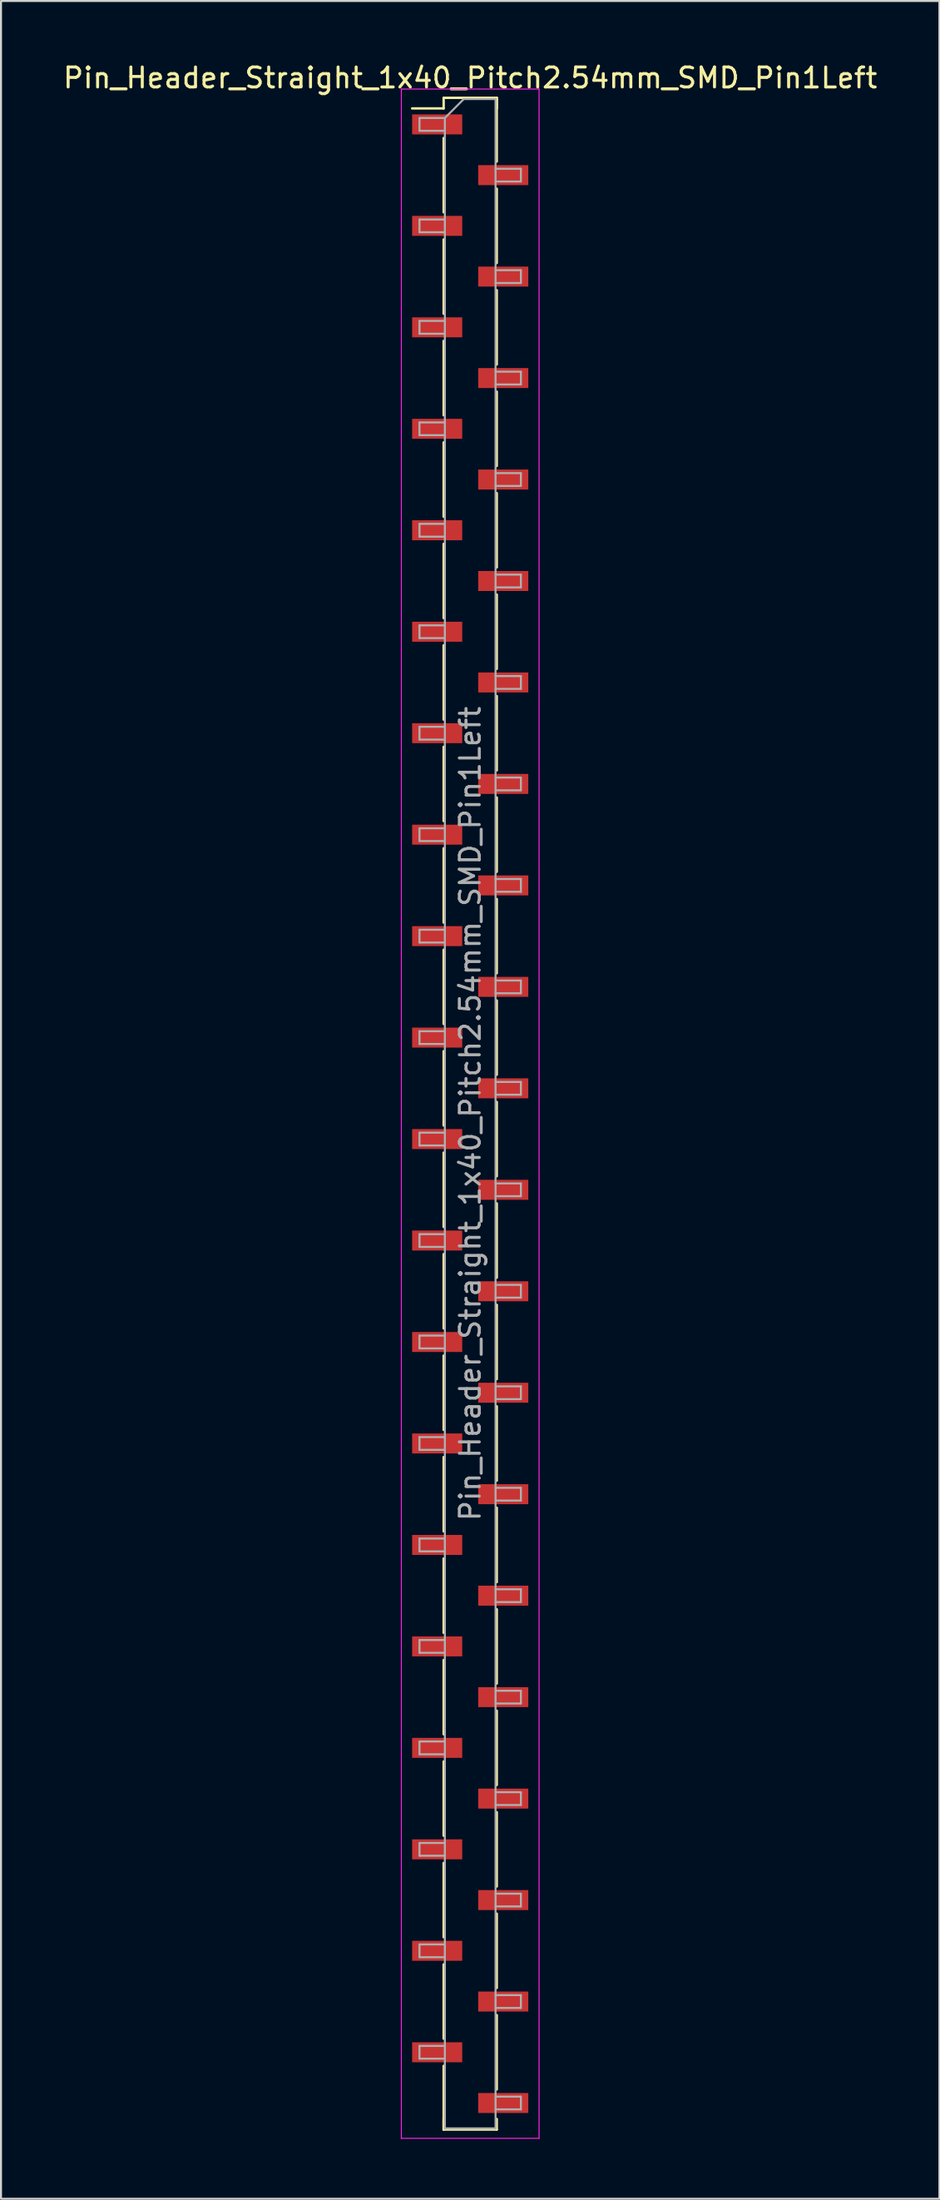
<source format=kicad_pcb>
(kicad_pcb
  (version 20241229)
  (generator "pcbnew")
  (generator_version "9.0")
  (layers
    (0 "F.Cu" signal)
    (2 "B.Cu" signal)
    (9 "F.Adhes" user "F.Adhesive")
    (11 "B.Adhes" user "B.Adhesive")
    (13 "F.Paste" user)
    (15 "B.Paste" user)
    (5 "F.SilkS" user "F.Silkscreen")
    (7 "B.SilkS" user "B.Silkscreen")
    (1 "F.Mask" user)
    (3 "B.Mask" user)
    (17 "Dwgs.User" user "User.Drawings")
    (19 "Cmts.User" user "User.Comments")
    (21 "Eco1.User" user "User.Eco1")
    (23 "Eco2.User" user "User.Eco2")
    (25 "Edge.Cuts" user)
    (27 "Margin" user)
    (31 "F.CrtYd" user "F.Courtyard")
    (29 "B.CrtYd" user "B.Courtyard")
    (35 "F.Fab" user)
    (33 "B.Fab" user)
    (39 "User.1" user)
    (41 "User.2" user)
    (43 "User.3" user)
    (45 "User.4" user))
  (footprint "Pin_Header_Straight_1x40_Pitch2.54mm_SMD_Pin1Left"
    (layer "F.Cu")
    (at 20.506 52.708)
    (property "Reference" "Pin_Header_Straight_1x40_Pitch2.54mm_SMD_Pin1Left" (at 0 -51.86 0) (layer "F.SilkS") (effects (font (size 1 1) (thickness 0.15))))
    (attr smd)
    (fp_line (start -1.33 -50.86) (end 1.33 -50.86) (stroke (width 0.12) (type solid)) (layer "F.SilkS"))
    (fp_line (start -1.33 -50.33) (end -2.91 -50.33) (stroke (width 0.12) (type solid)) (layer "F.SilkS"))
    (fp_line (start -1.33 -50.33) (end -1.33 -50.86) (stroke (width 0.12) (type solid)) (layer "F.SilkS"))
    (fp_line (start -1.33 -48.85) (end -1.33 -45.13) (stroke (width 0.12) (type solid)) (layer "F.SilkS"))
    (fp_line (start -1.33 -43.77) (end -1.33 -40.05) (stroke (width 0.12) (type solid)) (layer "F.SilkS"))
    (fp_line (start -1.33 -38.69) (end -1.33 -34.97) (stroke (width 0.12) (type solid)) (layer "F.SilkS"))
    (fp_line (start -1.33 -33.61) (end -1.33 -29.89) (stroke (width 0.12) (type solid)) (layer "F.SilkS"))
    (fp_line (start -1.33 -28.53) (end -1.33 -24.81) (stroke (width 0.12) (type solid)) (layer "F.SilkS"))
    (fp_line (start -1.33 -23.45) (end -1.33 -19.73) (stroke (width 0.12) (type solid)) (layer "F.SilkS"))
    (fp_line (start -1.33 -18.37) (end -1.33 -14.65) (stroke (width 0.12) (type solid)) (layer "F.SilkS"))
    (fp_line (start -1.33 -13.29) (end -1.33 -9.57) (stroke (width 0.12) (type solid)) (layer "F.SilkS"))
    (fp_line (start -1.33 -8.21) (end -1.33 -4.49) (stroke (width 0.12) (type solid)) (layer "F.SilkS"))
    (fp_line (start -1.33 -3.13) (end -1.33 0.59) (stroke (width 0.12) (type solid)) (layer "F.SilkS"))
    (fp_line (start -1.33 1.95) (end -1.33 5.67) (stroke (width 0.12) (type solid)) (layer "F.SilkS"))
    (fp_line (start -1.33 7.03) (end -1.33 10.75) (stroke (width 0.12) (type solid)) (layer "F.SilkS"))
    (fp_line (start -1.33 12.11) (end -1.33 15.83) (stroke (width 0.12) (type solid)) (layer "F.SilkS"))
    (fp_line (start -1.33 17.19) (end -1.33 20.91) (stroke (width 0.12) (type solid)) (layer "F.SilkS"))
    (fp_line (start -1.33 22.27) (end -1.33 25.99) (stroke (width 0.12) (type solid)) (layer "F.SilkS"))
    (fp_line (start -1.33 27.35) (end -1.33 31.07) (stroke (width 0.12) (type solid)) (layer "F.SilkS"))
    (fp_line (start -1.33 32.43) (end -1.33 36.15) (stroke (width 0.12) (type solid)) (layer "F.SilkS"))
    (fp_line (start -1.33 37.51) (end -1.33 41.23) (stroke (width 0.12) (type solid)) (layer "F.SilkS"))
    (fp_line (start -1.33 42.59) (end -1.33 46.31) (stroke (width 0.12) (type solid)) (layer "F.SilkS"))
    (fp_line (start -1.33 47.67) (end -1.33 50.86) (stroke (width 0.12) (type solid)) (layer "F.SilkS"))
    (fp_line (start -1.33 50.33) (end -1.33 50.86) (stroke (width 0.12) (type solid)) (layer "F.SilkS"))
    (fp_line (start -1.33 50.86) (end 1.33 50.86) (stroke (width 0.12) (type solid)) (layer "F.SilkS"))
    (fp_line (start 1.33 -50.86) (end 1.33 -50.33) (stroke (width 0.12) (type solid)) (layer "F.SilkS"))
    (fp_line (start 1.33 -50.86) (end 1.33 -47.67) (stroke (width 0.12) (type solid)) (layer "F.SilkS"))
    (fp_line (start 1.33 -46.31) (end 1.33 -42.59) (stroke (width 0.12) (type solid)) (layer "F.SilkS"))
    (fp_line (start 1.33 -41.23) (end 1.33 -37.51) (stroke (width 0.12) (type solid)) (layer "F.SilkS"))
    (fp_line (start 1.33 -36.15) (end 1.33 -32.43) (stroke (width 0.12) (type solid)) (layer "F.SilkS"))
    (fp_line (start 1.33 -31.07) (end 1.33 -27.35) (stroke (width 0.12) (type solid)) (layer "F.SilkS"))
    (fp_line (start 1.33 -25.99) (end 1.33 -22.27) (stroke (width 0.12) (type solid)) (layer "F.SilkS"))
    (fp_line (start 1.33 -20.91) (end 1.33 -17.19) (stroke (width 0.12) (type solid)) (layer "F.SilkS"))
    (fp_line (start 1.33 -15.83) (end 1.33 -12.11) (stroke (width 0.12) (type solid)) (layer "F.SilkS"))
    (fp_line (start 1.33 -10.75) (end 1.33 -7.03) (stroke (width 0.12) (type solid)) (layer "F.SilkS"))
    (fp_line (start 1.33 -5.67) (end 1.33 -1.95) (stroke (width 0.12) (type solid)) (layer "F.SilkS"))
    (fp_line (start 1.33 -0.59) (end 1.33 3.13) (stroke (width 0.12) (type solid)) (layer "F.SilkS"))
    (fp_line (start 1.33 4.49) (end 1.33 8.21) (stroke (width 0.12) (type solid)) (layer "F.SilkS"))
    (fp_line (start 1.33 9.57) (end 1.33 13.29) (stroke (width 0.12) (type solid)) (layer "F.SilkS"))
    (fp_line (start 1.33 14.65) (end 1.33 18.37) (stroke (width 0.12) (type solid)) (layer "F.SilkS"))
    (fp_line (start 1.33 19.73) (end 1.33 23.45) (stroke (width 0.12) (type solid)) (layer "F.SilkS"))
    (fp_line (start 1.33 24.81) (end 1.33 28.53) (stroke (width 0.12) (type solid)) (layer "F.SilkS"))
    (fp_line (start 1.33 29.89) (end 1.33 33.61) (stroke (width 0.12) (type solid)) (layer "F.SilkS"))
    (fp_line (start 1.33 34.97) (end 1.33 38.69) (stroke (width 0.12) (type solid)) (layer "F.SilkS"))
    (fp_line (start 1.33 40.05) (end 1.33 43.77) (stroke (width 0.12) (type solid)) (layer "F.SilkS"))
    (fp_line (start 1.33 45.13) (end 1.33 48.85) (stroke (width 0.12) (type solid)) (layer "F.SilkS"))
    (fp_line (start 1.33 50.86) (end 1.33 50.33) (stroke (width 0.12) (type solid)) (layer "F.SilkS"))
    (fp_line (start -3.45 -51.3) (end -3.45 51.3) (stroke (width 0.05) (type solid)) (layer "F.CrtYd"))
    (fp_line (start -3.45 51.3) (end 3.45 51.3) (stroke (width 0.05) (type solid)) (layer "F.CrtYd"))
    (fp_line (start 3.45 -51.3) (end -3.45 -51.3) (stroke (width 0.05) (type solid)) (layer "F.CrtYd"))
    (fp_line (start 3.45 51.3) (end 3.45 -51.3) (stroke (width 0.05) (type solid)) (layer "F.CrtYd"))
    (fp_line (start -2.54 -49.85) (end -2.54 -49.21) (stroke (width 0.1) (type solid)) (layer "F.Fab"))
    (fp_line (start -2.54 -49.21) (end -1.27 -49.21) (stroke (width 0.1) (type solid)) (layer "F.Fab"))
    (fp_line (start -2.54 -44.77) (end -2.54 -44.13) (stroke (width 0.1) (type solid)) (layer "F.Fab"))
    (fp_line (start -2.54 -44.13) (end -1.27 -44.13) (stroke (width 0.1) (type solid)) (layer "F.Fab"))
    (fp_line (start -2.54 -39.69) (end -2.54 -39.05) (stroke (width 0.1) (type solid)) (layer "F.Fab"))
    (fp_line (start -2.54 -39.05) (end -1.27 -39.05) (stroke (width 0.1) (type solid)) (layer "F.Fab"))
    (fp_line (start -2.54 -34.61) (end -2.54 -33.97) (stroke (width 0.1) (type solid)) (layer "F.Fab"))
    (fp_line (start -2.54 -33.97) (end -1.27 -33.97) (stroke (width 0.1) (type solid)) (layer "F.Fab"))
    (fp_line (start -2.54 -29.53) (end -2.54 -28.89) (stroke (width 0.1) (type solid)) (layer "F.Fab"))
    (fp_line (start -2.54 -28.89) (end -1.27 -28.89) (stroke (width 0.1) (type solid)) (layer "F.Fab"))
    (fp_line (start -2.54 -24.45) (end -2.54 -23.81) (stroke (width 0.1) (type solid)) (layer "F.Fab"))
    (fp_line (start -2.54 -23.81) (end -1.27 -23.81) (stroke (width 0.1) (type solid)) (layer "F.Fab"))
    (fp_line (start -2.54 -19.37) (end -2.54 -18.73) (stroke (width 0.1) (type solid)) (layer "F.Fab"))
    (fp_line (start -2.54 -18.73) (end -1.27 -18.73) (stroke (width 0.1) (type solid)) (layer "F.Fab"))
    (fp_line (start -2.54 -14.29) (end -2.54 -13.65) (stroke (width 0.1) (type solid)) (layer "F.Fab"))
    (fp_line (start -2.54 -13.65) (end -1.27 -13.65) (stroke (width 0.1) (type solid)) (layer "F.Fab"))
    (fp_line (start -2.54 -9.21) (end -2.54 -8.57) (stroke (width 0.1) (type solid)) (layer "F.Fab"))
    (fp_line (start -2.54 -8.57) (end -1.27 -8.57) (stroke (width 0.1) (type solid)) (layer "F.Fab"))
    (fp_line (start -2.54 -4.13) (end -2.54 -3.49) (stroke (width 0.1) (type solid)) (layer "F.Fab"))
    (fp_line (start -2.54 -3.49) (end -1.27 -3.49) (stroke (width 0.1) (type solid)) (layer "F.Fab"))
    (fp_line (start -2.54 0.95) (end -2.54 1.59) (stroke (width 0.1) (type solid)) (layer "F.Fab"))
    (fp_line (start -2.54 1.59) (end -1.27 1.59) (stroke (width 0.1) (type solid)) (layer "F.Fab"))
    (fp_line (start -2.54 6.03) (end -2.54 6.67) (stroke (width 0.1) (type solid)) (layer "F.Fab"))
    (fp_line (start -2.54 6.67) (end -1.27 6.67) (stroke (width 0.1) (type solid)) (layer "F.Fab"))
    (fp_line (start -2.54 11.11) (end -2.54 11.75) (stroke (width 0.1) (type solid)) (layer "F.Fab"))
    (fp_line (start -2.54 11.75) (end -1.27 11.75) (stroke (width 0.1) (type solid)) (layer "F.Fab"))
    (fp_line (start -2.54 16.19) (end -2.54 16.83) (stroke (width 0.1) (type solid)) (layer "F.Fab"))
    (fp_line (start -2.54 16.83) (end -1.27 16.83) (stroke (width 0.1) (type solid)) (layer "F.Fab"))
    (fp_line (start -2.54 21.27) (end -2.54 21.91) (stroke (width 0.1) (type solid)) (layer "F.Fab"))
    (fp_line (start -2.54 21.91) (end -1.27 21.91) (stroke (width 0.1) (type solid)) (layer "F.Fab"))
    (fp_line (start -2.54 26.35) (end -2.54 26.99) (stroke (width 0.1) (type solid)) (layer "F.Fab"))
    (fp_line (start -2.54 26.99) (end -1.27 26.99) (stroke (width 0.1) (type solid)) (layer "F.Fab"))
    (fp_line (start -2.54 31.43) (end -2.54 32.07) (stroke (width 0.1) (type solid)) (layer "F.Fab"))
    (fp_line (start -2.54 32.07) (end -1.27 32.07) (stroke (width 0.1) (type solid)) (layer "F.Fab"))
    (fp_line (start -2.54 36.51) (end -2.54 37.15) (stroke (width 0.1) (type solid)) (layer "F.Fab"))
    (fp_line (start -2.54 37.15) (end -1.27 37.15) (stroke (width 0.1) (type solid)) (layer "F.Fab"))
    (fp_line (start -2.54 41.59) (end -2.54 42.23) (stroke (width 0.1) (type solid)) (layer "F.Fab"))
    (fp_line (start -2.54 42.23) (end -1.27 42.23) (stroke (width 0.1) (type solid)) (layer "F.Fab"))
    (fp_line (start -2.54 46.67) (end -2.54 47.31) (stroke (width 0.1) (type solid)) (layer "F.Fab"))
    (fp_line (start -2.54 47.31) (end -1.27 47.31) (stroke (width 0.1) (type solid)) (layer "F.Fab"))
    (fp_line (start -1.27 -49.85) (end -2.54 -49.85) (stroke (width 0.1) (type solid)) (layer "F.Fab"))
    (fp_line (start -1.27 -49.85) (end -0.32 -50.8) (stroke (width 0.1) (type solid)) (layer "F.Fab"))
    (fp_line (start -1.27 -44.77) (end -2.54 -44.77) (stroke (width 0.1) (type solid)) (layer "F.Fab"))
    (fp_line (start -1.27 -39.69) (end -2.54 -39.69) (stroke (width 0.1) (type solid)) (layer "F.Fab"))
    (fp_line (start -1.27 -34.61) (end -2.54 -34.61) (stroke (width 0.1) (type solid)) (layer "F.Fab"))
    (fp_line (start -1.27 -29.53) (end -2.54 -29.53) (stroke (width 0.1) (type solid)) (layer "F.Fab"))
    (fp_line (start -1.27 -24.45) (end -2.54 -24.45) (stroke (width 0.1) (type solid)) (layer "F.Fab"))
    (fp_line (start -1.27 -19.37) (end -2.54 -19.37) (stroke (width 0.1) (type solid)) (layer "F.Fab"))
    (fp_line (start -1.27 -14.29) (end -2.54 -14.29) (stroke (width 0.1) (type solid)) (layer "F.Fab"))
    (fp_line (start -1.27 -9.21) (end -2.54 -9.21) (stroke (width 0.1) (type solid)) (layer "F.Fab"))
    (fp_line (start -1.27 -4.13) (end -2.54 -4.13) (stroke (width 0.1) (type solid)) (layer "F.Fab"))
    (fp_line (start -1.27 0.95) (end -2.54 0.95) (stroke (width 0.1) (type solid)) (layer "F.Fab"))
    (fp_line (start -1.27 6.03) (end -2.54 6.03) (stroke (width 0.1) (type solid)) (layer "F.Fab"))
    (fp_line (start -1.27 11.11) (end -2.54 11.11) (stroke (width 0.1) (type solid)) (layer "F.Fab"))
    (fp_line (start -1.27 16.19) (end -2.54 16.19) (stroke (width 0.1) (type solid)) (layer "F.Fab"))
    (fp_line (start -1.27 21.27) (end -2.54 21.27) (stroke (width 0.1) (type solid)) (layer "F.Fab"))
    (fp_line (start -1.27 26.35) (end -2.54 26.35) (stroke (width 0.1) (type solid)) (layer "F.Fab"))
    (fp_line (start -1.27 31.43) (end -2.54 31.43) (stroke (width 0.1) (type solid)) (layer "F.Fab"))
    (fp_line (start -1.27 36.51) (end -2.54 36.51) (stroke (width 0.1) (type solid)) (layer "F.Fab"))
    (fp_line (start -1.27 41.59) (end -2.54 41.59) (stroke (width 0.1) (type solid)) (layer "F.Fab"))
    (fp_line (start -1.27 46.67) (end -2.54 46.67) (stroke (width 0.1) (type solid)) (layer "F.Fab"))
    (fp_line (start -1.27 50.8) (end -1.27 -49.85) (stroke (width 0.1) (type solid)) (layer "F.Fab"))
    (fp_line (start -0.32 -50.8) (end 1.27 -50.8) (stroke (width 0.1) (type solid)) (layer "F.Fab"))
    (fp_line (start 1.27 -50.8) (end 1.27 50.8) (stroke (width 0.1) (type solid)) (layer "F.Fab"))
    (fp_line (start 1.27 -47.31) (end 2.54 -47.31) (stroke (width 0.1) (type solid)) (layer "F.Fab"))
    (fp_line (start 1.27 -42.23) (end 2.54 -42.23) (stroke (width 0.1) (type solid)) (layer "F.Fab"))
    (fp_line (start 1.27 -37.15) (end 2.54 -37.15) (stroke (width 0.1) (type solid)) (layer "F.Fab"))
    (fp_line (start 1.27 -32.07) (end 2.54 -32.07) (stroke (width 0.1) (type solid)) (layer "F.Fab"))
    (fp_line (start 1.27 -26.99) (end 2.54 -26.99) (stroke (width 0.1) (type solid)) (layer "F.Fab"))
    (fp_line (start 1.27 -21.91) (end 2.54 -21.91) (stroke (width 0.1) (type solid)) (layer "F.Fab"))
    (fp_line (start 1.27 -16.83) (end 2.54 -16.83) (stroke (width 0.1) (type solid)) (layer "F.Fab"))
    (fp_line (start 1.27 -11.75) (end 2.54 -11.75) (stroke (width 0.1) (type solid)) (layer "F.Fab"))
    (fp_line (start 1.27 -6.67) (end 2.54 -6.67) (stroke (width 0.1) (type solid)) (layer "F.Fab"))
    (fp_line (start 1.27 -1.59) (end 2.54 -1.59) (stroke (width 0.1) (type solid)) (layer "F.Fab"))
    (fp_line (start 1.27 3.49) (end 2.54 3.49) (stroke (width 0.1) (type solid)) (layer "F.Fab"))
    (fp_line (start 1.27 8.57) (end 2.54 8.57) (stroke (width 0.1) (type solid)) (layer "F.Fab"))
    (fp_line (start 1.27 13.65) (end 2.54 13.65) (stroke (width 0.1) (type solid)) (layer "F.Fab"))
    (fp_line (start 1.27 18.73) (end 2.54 18.73) (stroke (width 0.1) (type solid)) (layer "F.Fab"))
    (fp_line (start 1.27 23.81) (end 2.54 23.81) (stroke (width 0.1) (type solid)) (layer "F.Fab"))
    (fp_line (start 1.27 28.89) (end 2.54 28.89) (stroke (width 0.1) (type solid)) (layer "F.Fab"))
    (fp_line (start 1.27 33.97) (end 2.54 33.97) (stroke (width 0.1) (type solid)) (layer "F.Fab"))
    (fp_line (start 1.27 39.05) (end 2.54 39.05) (stroke (width 0.1) (type solid)) (layer "F.Fab"))
    (fp_line (start 1.27 44.13) (end 2.54 44.13) (stroke (width 0.1) (type solid)) (layer "F.Fab"))
    (fp_line (start 1.27 49.21) (end 2.54 49.21) (stroke (width 0.1) (type solid)) (layer "F.Fab"))
    (fp_line (start 1.27 50.8) (end -1.27 50.8) (stroke (width 0.1) (type solid)) (layer "F.Fab"))
    (fp_line (start 2.54 -47.31) (end 2.54 -46.67) (stroke (width 0.1) (type solid)) (layer "F.Fab"))
    (fp_line (start 2.54 -46.67) (end 1.27 -46.67) (stroke (width 0.1) (type solid)) (layer "F.Fab"))
    (fp_line (start 2.54 -42.23) (end 2.54 -41.59) (stroke (width 0.1) (type solid)) (layer "F.Fab"))
    (fp_line (start 2.54 -41.59) (end 1.27 -41.59) (stroke (width 0.1) (type solid)) (layer "F.Fab"))
    (fp_line (start 2.54 -37.15) (end 2.54 -36.51) (stroke (width 0.1) (type solid)) (layer "F.Fab"))
    (fp_line (start 2.54 -36.51) (end 1.27 -36.51) (stroke (width 0.1) (type solid)) (layer "F.Fab"))
    (fp_line (start 2.54 -32.07) (end 2.54 -31.43) (stroke (width 0.1) (type solid)) (layer "F.Fab"))
    (fp_line (start 2.54 -31.43) (end 1.27 -31.43) (stroke (width 0.1) (type solid)) (layer "F.Fab"))
    (fp_line (start 2.54 -26.99) (end 2.54 -26.35) (stroke (width 0.1) (type solid)) (layer "F.Fab"))
    (fp_line (start 2.54 -26.35) (end 1.27 -26.35) (stroke (width 0.1) (type solid)) (layer "F.Fab"))
    (fp_line (start 2.54 -21.91) (end 2.54 -21.27) (stroke (width 0.1) (type solid)) (layer "F.Fab"))
    (fp_line (start 2.54 -21.27) (end 1.27 -21.27) (stroke (width 0.1) (type solid)) (layer "F.Fab"))
    (fp_line (start 2.54 -16.83) (end 2.54 -16.19) (stroke (width 0.1) (type solid)) (layer "F.Fab"))
    (fp_line (start 2.54 -16.19) (end 1.27 -16.19) (stroke (width 0.1) (type solid)) (layer "F.Fab"))
    (fp_line (start 2.54 -11.75) (end 2.54 -11.11) (stroke (width 0.1) (type solid)) (layer "F.Fab"))
    (fp_line (start 2.54 -11.11) (end 1.27 -11.11) (stroke (width 0.1) (type solid)) (layer "F.Fab"))
    (fp_line (start 2.54 -6.67) (end 2.54 -6.03) (stroke (width 0.1) (type solid)) (layer "F.Fab"))
    (fp_line (start 2.54 -6.03) (end 1.27 -6.03) (stroke (width 0.1) (type solid)) (layer "F.Fab"))
    (fp_line (start 2.54 -1.59) (end 2.54 -0.95) (stroke (width 0.1) (type solid)) (layer "F.Fab"))
    (fp_line (start 2.54 -0.95) (end 1.27 -0.95) (stroke (width 0.1) (type solid)) (layer "F.Fab"))
    (fp_line (start 2.54 3.49) (end 2.54 4.13) (stroke (width 0.1) (type solid)) (layer "F.Fab"))
    (fp_line (start 2.54 4.13) (end 1.27 4.13) (stroke (width 0.1) (type solid)) (layer "F.Fab"))
    (fp_line (start 2.54 8.57) (end 2.54 9.21) (stroke (width 0.1) (type solid)) (layer "F.Fab"))
    (fp_line (start 2.54 9.21) (end 1.27 9.21) (stroke (width 0.1) (type solid)) (layer "F.Fab"))
    (fp_line (start 2.54 13.65) (end 2.54 14.29) (stroke (width 0.1) (type solid)) (layer "F.Fab"))
    (fp_line (start 2.54 14.29) (end 1.27 14.29) (stroke (width 0.1) (type solid)) (layer "F.Fab"))
    (fp_line (start 2.54 18.73) (end 2.54 19.37) (stroke (width 0.1) (type solid)) (layer "F.Fab"))
    (fp_line (start 2.54 19.37) (end 1.27 19.37) (stroke (width 0.1) (type solid)) (layer "F.Fab"))
    (fp_line (start 2.54 23.81) (end 2.54 24.45) (stroke (width 0.1) (type solid)) (layer "F.Fab"))
    (fp_line (start 2.54 24.45) (end 1.27 24.45) (stroke (width 0.1) (type solid)) (layer "F.Fab"))
    (fp_line (start 2.54 28.89) (end 2.54 29.53) (stroke (width 0.1) (type solid)) (layer "F.Fab"))
    (fp_line (start 2.54 29.53) (end 1.27 29.53) (stroke (width 0.1) (type solid)) (layer "F.Fab"))
    (fp_line (start 2.54 33.97) (end 2.54 34.61) (stroke (width 0.1) (type solid)) (layer "F.Fab"))
    (fp_line (start 2.54 34.61) (end 1.27 34.61) (stroke (width 0.1) (type solid)) (layer "F.Fab"))
    (fp_line (start 2.54 39.05) (end 2.54 39.69) (stroke (width 0.1) (type solid)) (layer "F.Fab"))
    (fp_line (start 2.54 39.69) (end 1.27 39.69) (stroke (width 0.1) (type solid)) (layer "F.Fab"))
    (fp_line (start 2.54 44.13) (end 2.54 44.77) (stroke (width 0.1) (type solid)) (layer "F.Fab"))
    (fp_line (start 2.54 44.77) (end 1.27 44.77) (stroke (width 0.1) (type solid)) (layer "F.Fab"))
    (fp_line (start 2.54 49.21) (end 2.54 49.85) (stroke (width 0.1) (type solid)) (layer "F.Fab"))
    (fp_line (start 2.54 49.85) (end 1.27 49.85) (stroke (width 0.1) (type solid)) (layer "F.Fab"))
    (fp_text user "${REFERENCE}" (at 0 0 90) (layer "F.Fab") (effects (font (size 1 1) (thickness 0.15))))
    (pad "1" smd rect (at -1.655 -49.53) (size 2.51 1) (layers "F.Cu" "F.Mask" "F.Paste"))
    (pad "2" smd rect (at 1.655 -46.99) (size 2.51 1) (layers "F.Cu" "F.Mask" "F.Paste"))
    (pad "3" smd rect (at -1.655 -44.45) (size 2.51 1) (layers "F.Cu" "F.Mask" "F.Paste"))
    (pad "4" smd rect (at 1.655 -41.91) (size 2.51 1) (layers "F.Cu" "F.Mask" "F.Paste"))
    (pad "5" smd rect (at -1.655 -39.37) (size 2.51 1) (layers "F.Cu" "F.Mask" "F.Paste"))
    (pad "6" smd rect (at 1.655 -36.83) (size 2.51 1) (layers "F.Cu" "F.Mask" "F.Paste"))
    (pad "7" smd rect (at -1.655 -34.29) (size 2.51 1) (layers "F.Cu" "F.Mask" "F.Paste"))
    (pad "8" smd rect (at 1.655 -31.75) (size 2.51 1) (layers "F.Cu" "F.Mask" "F.Paste"))
    (pad "9" smd rect (at -1.655 -29.21) (size 2.51 1) (layers "F.Cu" "F.Mask" "F.Paste"))
    (pad "10" smd rect (at 1.655 -26.67) (size 2.51 1) (layers "F.Cu" "F.Mask" "F.Paste"))
    (pad "11" smd rect (at -1.655 -24.13) (size 2.51 1) (layers "F.Cu" "F.Mask" "F.Paste"))
    (pad "12" smd rect (at 1.655 -21.59) (size 2.51 1) (layers "F.Cu" "F.Mask" "F.Paste"))
    (pad "13" smd rect (at -1.655 -19.05) (size 2.51 1) (layers "F.Cu" "F.Mask" "F.Paste"))
    (pad "14" smd rect (at 1.655 -16.51) (size 2.51 1) (layers "F.Cu" "F.Mask" "F.Paste"))
    (pad "15" smd rect (at -1.655 -13.97) (size 2.51 1) (layers "F.Cu" "F.Mask" "F.Paste"))
    (pad "16" smd rect (at 1.655 -11.43) (size 2.51 1) (layers "F.Cu" "F.Mask" "F.Paste"))
    (pad "17" smd rect (at -1.655 -8.89) (size 2.51 1) (layers "F.Cu" "F.Mask" "F.Paste"))
    (pad "18" smd rect (at 1.655 -6.35) (size 2.51 1) (layers "F.Cu" "F.Mask" "F.Paste"))
    (pad "19" smd rect (at -1.655 -3.81) (size 2.51 1) (layers "F.Cu" "F.Mask" "F.Paste"))
    (pad "20" smd rect (at 1.655 -1.27) (size 2.51 1) (layers "F.Cu" "F.Mask" "F.Paste"))
    (pad "21" smd rect (at -1.655 1.27) (size 2.51 1) (layers "F.Cu" "F.Mask" "F.Paste"))
    (pad "22" smd rect (at 1.655 3.81) (size 2.51 1) (layers "F.Cu" "F.Mask" "F.Paste"))
    (pad "23" smd rect (at -1.655 6.35) (size 2.51 1) (layers "F.Cu" "F.Mask" "F.Paste"))
    (pad "24" smd rect (at 1.655 8.89) (size 2.51 1) (layers "F.Cu" "F.Mask" "F.Paste"))
    (pad "25" smd rect (at -1.655 11.43) (size 2.51 1) (layers "F.Cu" "F.Mask" "F.Paste"))
    (pad "26" smd rect (at 1.655 13.97) (size 2.51 1) (layers "F.Cu" "F.Mask" "F.Paste"))
    (pad "27" smd rect (at -1.655 16.51) (size 2.51 1) (layers "F.Cu" "F.Mask" "F.Paste"))
    (pad "28" smd rect (at 1.655 19.05) (size 2.51 1) (layers "F.Cu" "F.Mask" "F.Paste"))
    (pad "29" smd rect (at -1.655 21.59) (size 2.51 1) (layers "F.Cu" "F.Mask" "F.Paste"))
    (pad "30" smd rect (at 1.655 24.13) (size 2.51 1) (layers "F.Cu" "F.Mask" "F.Paste"))
    (pad "31" smd rect (at -1.655 26.67) (size 2.51 1) (layers "F.Cu" "F.Mask" "F.Paste"))
    (pad "32" smd rect (at 1.655 29.21) (size 2.51 1) (layers "F.Cu" "F.Mask" "F.Paste"))
    (pad "33" smd rect (at -1.655 31.75) (size 2.51 1) (layers "F.Cu" "F.Mask" "F.Paste"))
    (pad "34" smd rect (at 1.655 34.29) (size 2.51 1) (layers "F.Cu" "F.Mask" "F.Paste"))
    (pad "35" smd rect (at -1.655 36.83) (size 2.51 1) (layers "F.Cu" "F.Mask" "F.Paste"))
    (pad "36" smd rect (at 1.655 39.37) (size 2.51 1) (layers "F.Cu" "F.Mask" "F.Paste"))
    (pad "37" smd rect (at -1.655 41.91) (size 2.51 1) (layers "F.Cu" "F.Mask" "F.Paste"))
    (pad "38" smd rect (at 1.655 44.45) (size 2.51 1) (layers "F.Cu" "F.Mask" "F.Paste"))
    (pad "39" smd rect (at -1.655 46.99) (size 2.51 1) (layers "F.Cu" "F.Mask" "F.Paste"))
    (pad "40" smd rect (at 1.655 49.53) (size 2.51 1) (layers "F.Cu" "F.Mask" "F.Paste")))
  (gr_rect
    (start -3 -3)
    (end 44.012 107.033)
    (stroke (width 0.1) (type default))
    (fill no)
    (layer "Edge.Cuts")))
</source>
